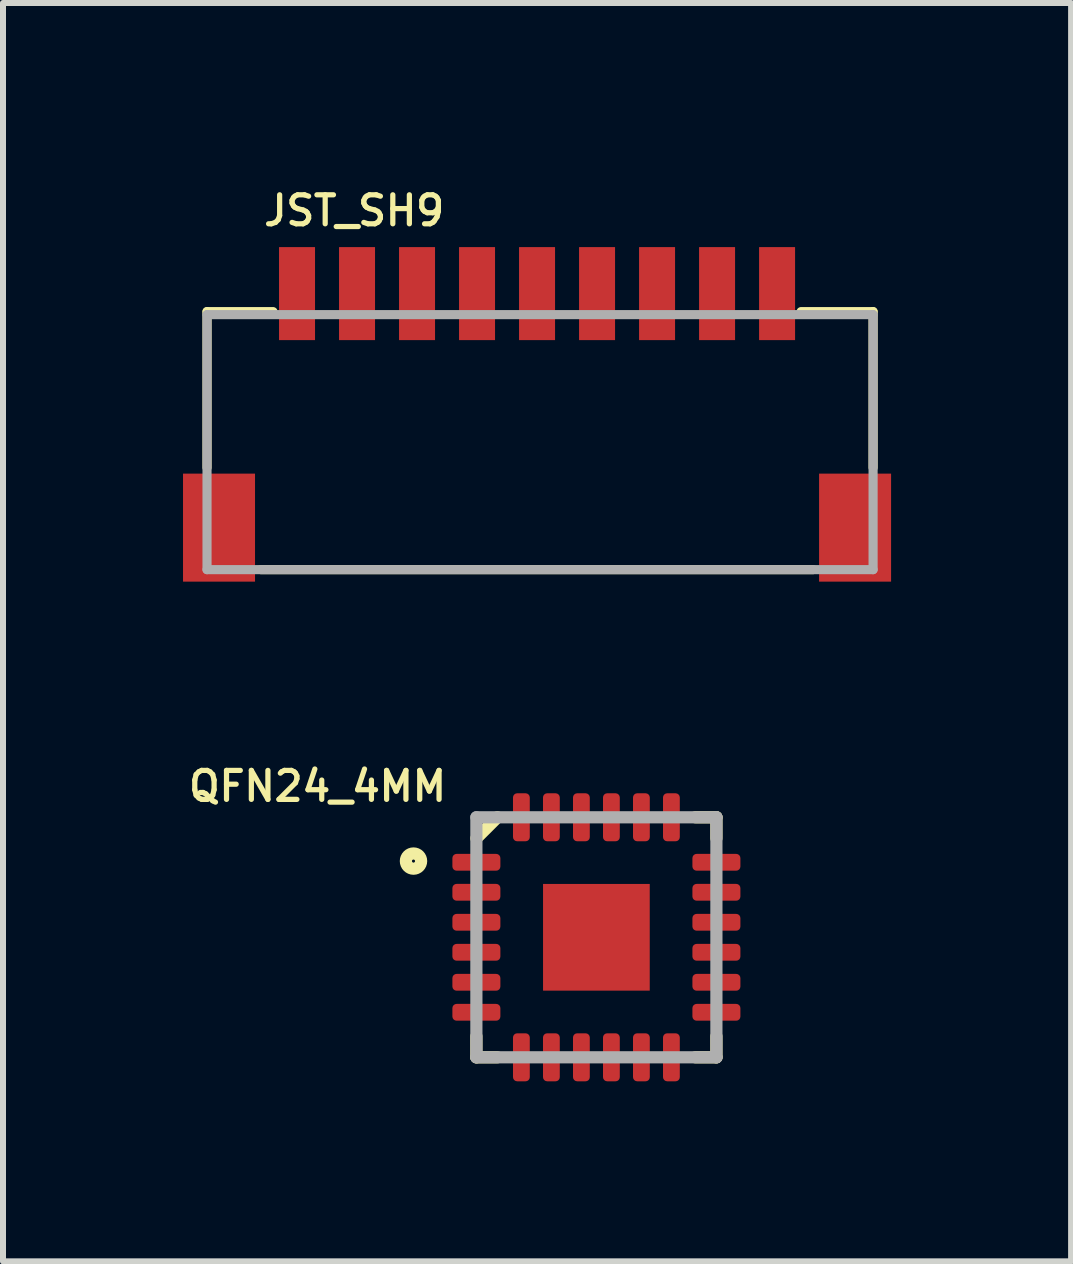
<source format=kicad_pcb>
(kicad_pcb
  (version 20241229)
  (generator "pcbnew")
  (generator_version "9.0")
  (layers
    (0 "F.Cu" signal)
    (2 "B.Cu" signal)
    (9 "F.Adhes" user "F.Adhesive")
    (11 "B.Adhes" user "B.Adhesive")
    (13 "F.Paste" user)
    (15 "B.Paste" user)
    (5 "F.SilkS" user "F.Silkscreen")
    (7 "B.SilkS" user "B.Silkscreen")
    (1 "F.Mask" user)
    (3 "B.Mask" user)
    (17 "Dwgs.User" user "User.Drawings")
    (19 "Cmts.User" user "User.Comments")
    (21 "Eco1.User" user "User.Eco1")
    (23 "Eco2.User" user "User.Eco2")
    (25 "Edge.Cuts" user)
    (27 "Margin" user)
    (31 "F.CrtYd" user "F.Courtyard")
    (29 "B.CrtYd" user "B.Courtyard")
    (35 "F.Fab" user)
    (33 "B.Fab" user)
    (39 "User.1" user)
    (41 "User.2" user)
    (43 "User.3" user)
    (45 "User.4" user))
  (footprint "QFN24_4MM"
    (layer "F.Cu")
    (at 6.889 12.57)
    (property "Reference" "QFN24_4MM" (at -2.45 -2.8 0) (layer "F.SilkS") (effects (font (size 0.483 0.483) (thickness 0.087)) (justify right top)))
    (attr through_hole)
    (fp_line (start -2 2) (end -2 1.65) (stroke (width 0.203) (type solid)) (layer "F.SilkS"))
    (fp_line (start -1.65 -2) (end -2 -1.65) (stroke (width 0.203) (type solid)) (layer "F.SilkS"))
    (fp_line (start -1.65 2) (end -2 2) (stroke (width 0.203) (type solid)) (layer "F.SilkS"))
    (fp_line (start 1.65 2) (end 2 2) (stroke (width 0.203) (type solid)) (layer "F.SilkS"))
    (fp_line (start 2 -2) (end 1.65 -2) (stroke (width 0.203) (type solid)) (layer "F.SilkS"))
    (fp_line (start 2 -1.65) (end 2 -2) (stroke (width 0.203) (type solid)) (layer "F.SilkS"))
    (fp_line (start 2 1.65) (end 2 2) (stroke (width 0.203) (type solid)) (layer "F.SilkS"))
    (fp_circle (center -3.048 -1.27) (end -2.921 -1.27) (stroke (width 0.203) (type solid)) (fill no) (layer "F.SilkS"))
    (fp_poly (pts (xy -0.75 -0.1) (xy -0.1 -0.1) (xy -0.1 -0.75) (xy -0.75 -0.75)) (stroke (width 0) (type solid)) (fill yes) (layer "F.Paste"))
    (fp_poly (pts (xy -0.75 0.75) (xy -0.1 0.75) (xy -0.1 0.1) (xy -0.75 0.1)) (stroke (width 0) (type solid)) (fill yes) (layer "F.Paste"))
    (fp_poly (pts (xy 0.1 -0.1) (xy 0.75 -0.1) (xy 0.75 -0.75) (xy 0.1 -0.75)) (stroke (width 0) (type solid)) (fill yes) (layer "F.Paste"))
    (fp_poly (pts (xy 0.1 0.75) (xy 0.75 0.75) (xy 0.75 0.1) (xy 0.1 0.1)) (stroke (width 0) (type solid)) (fill yes) (layer "F.Paste"))
    (fp_line (start -2 -2) (end -2 2) (stroke (width 0.203) (type solid)) (layer "F.Fab"))
    (fp_line (start -2 2) (end 2 2) (stroke (width 0.203) (type solid)) (layer "F.Fab"))
    (fp_line (start 2 -2) (end -2 -2) (stroke (width 0.203) (type solid)) (layer "F.Fab"))
    (fp_line (start 2 2) (end 2 -2) (stroke (width 0.203) (type solid)) (layer "F.Fab"))
    (pad "1" smd roundrect (at -2 -1.25 180) (size 0.8 0.28) (layers "F.Cu" "F.Mask" "F.Paste") (roundrect_rratio 0.25))
    (pad "2" smd roundrect (at -2 -0.75 180) (size 0.8 0.28) (layers "F.Cu" "F.Mask" "F.Paste") (roundrect_rratio 0.25))
    (pad "3" smd roundrect (at -2 -0.25 180) (size 0.8 0.28) (layers "F.Cu" "F.Mask" "F.Paste") (roundrect_rratio 0.25))
    (pad "4" smd roundrect (at -2 0.25 180) (size 0.8 0.28) (layers "F.Cu" "F.Mask" "F.Paste") (roundrect_rratio 0.25))
    (pad "5" smd roundrect (at -2 0.75 180) (size 0.8 0.28) (layers "F.Cu" "F.Mask" "F.Paste") (roundrect_rratio 0.25))
    (pad "6" smd roundrect (at -2 1.25 180) (size 0.8 0.28) (layers "F.Cu" "F.Mask" "F.Paste") (roundrect_rratio 0.25))
    (pad "7" smd roundrect (at -1.25 2 90) (size 0.8 0.28) (layers "F.Cu" "F.Mask" "F.Paste") (roundrect_rratio 0.25))
    (pad "8" smd roundrect (at -0.75 2 90) (size 0.8 0.28) (layers "F.Cu" "F.Mask" "F.Paste") (roundrect_rratio 0.25))
    (pad "9" smd roundrect (at -0.25 2 90) (size 0.8 0.28) (layers "F.Cu" "F.Mask" "F.Paste") (roundrect_rratio 0.25))
    (pad "10" smd roundrect (at 0.25 2 90) (size 0.8 0.28) (layers "F.Cu" "F.Mask" "F.Paste") (roundrect_rratio 0.25))
    (pad "11" smd roundrect (at 0.75 2 90) (size 0.8 0.28) (layers "F.Cu" "F.Mask" "F.Paste") (roundrect_rratio 0.25))
    (pad "12" smd roundrect (at 1.25 2 90) (size 0.8 0.28) (layers "F.Cu" "F.Mask" "F.Paste") (roundrect_rratio 0.25))
    (pad "13" smd roundrect (at 2 1.25) (size 0.8 0.28) (layers "F.Cu" "F.Mask" "F.Paste") (roundrect_rratio 0.25))
    (pad "14" smd roundrect (at 2 0.75) (size 0.8 0.28) (layers "F.Cu" "F.Mask" "F.Paste") (roundrect_rratio 0.25))
    (pad "15" smd roundrect (at 2 0.25) (size 0.8 0.28) (layers "F.Cu" "F.Mask" "F.Paste") (roundrect_rratio 0.25))
    (pad "16" smd roundrect (at 2 -0.25) (size 0.8 0.28) (layers "F.Cu" "F.Mask" "F.Paste") (roundrect_rratio 0.25))
    (pad "17" smd roundrect (at 2 -0.75) (size 0.8 0.28) (layers "F.Cu" "F.Mask" "F.Paste") (roundrect_rratio 0.25))
    (pad "18" smd roundrect (at 2 -1.25) (size 0.8 0.28) (layers "F.Cu" "F.Mask" "F.Paste") (roundrect_rratio 0.25))
    (pad "19" smd roundrect (at 1.25 -2 270) (size 0.8 0.28) (layers "F.Cu" "F.Mask" "F.Paste") (roundrect_rratio 0.25))
    (pad "20" smd roundrect (at 0.75 -2 270) (size 0.8 0.28) (layers "F.Cu" "F.Mask" "F.Paste") (roundrect_rratio 0.25))
    (pad "21" smd roundrect (at 0.25 -2 270) (size 0.8 0.28) (layers "F.Cu" "F.Mask" "F.Paste") (roundrect_rratio 0.25))
    (pad "22" smd roundrect (at -0.25 -2 270) (size 0.8 0.28) (layers "F.Cu" "F.Mask" "F.Paste") (roundrect_rratio 0.25))
    (pad "23" smd roundrect (at -0.75 -2 270) (size 0.8 0.28) (layers "F.Cu" "F.Mask" "F.Paste") (roundrect_rratio 0.25))
    (pad "24" smd roundrect (at -1.25 -2 270) (size 0.8 0.28) (layers "F.Cu" "F.Mask" "F.Paste") (roundrect_rratio 0.25))
    (pad "THERM" smd rect (at 0 0) (size 1.778 1.778) (layers "F.Cu" "F.Mask")))
  (footprint "JST_SH9"
    (layer "F.Cu")
    (at 5.9 4.357)
    (property "Reference" "JST_SH9" (at -4.6 -3.614 0) (layer "F.SilkS") (effects (font (size 0.483 0.483) (thickness 0.087)) (justify left bottom)))
    (attr through_hole)
    (fp_line (start -5.5 -2.214) (end -4.4 -2.214) (stroke (width 0.152) (type solid)) (layer "F.SilkS"))
    (fp_line (start -5.5 0.386) (end -5.5 -2.214) (stroke (width 0.152) (type solid)) (layer "F.SilkS"))
    (fp_line (start -4.6 2.086) (end 4.6 2.086) (stroke (width 0.152) (type solid)) (layer "F.SilkS"))
    (fp_line (start 4.4 -2.214) (end 5.6 -2.214) (stroke (width 0.152) (type solid)) (layer "F.SilkS"))
    (fp_line (start 5.6 -2.214) (end 5.6 0.386) (stroke (width 0.152) (type solid)) (layer "F.SilkS"))
    (fp_line (start -5.5 -2.164) (end 5.6 -2.164) (stroke (width 0.152) (type solid)) (layer "F.Fab"))
    (fp_line (start -5.5 2.086) (end -5.5 -2.164) (stroke (width 0.152) (type solid)) (layer "F.Fab"))
    (fp_line (start 5.6 -2.164) (end 5.6 2.086) (stroke (width 0.152) (type solid)) (layer "F.Fab"))
    (fp_line (start 5.6 2.086) (end -5.5 2.086) (stroke (width 0.152) (type solid)) (layer "F.Fab"))
    (pad "1" smd rect (at -4 -2.514 90) (size 1.55 0.6) (layers "F.Cu" "F.Mask" "F.Paste"))
    (pad "2" smd rect (at -3 -2.514 90) (size 1.55 0.6) (layers "F.Cu" "F.Mask" "F.Paste"))
    (pad "3" smd rect (at -2 -2.514 90) (size 1.55 0.6) (layers "F.Cu" "F.Mask" "F.Paste"))
    (pad "4" smd rect (at -1 -2.514 90) (size 1.55 0.6) (layers "F.Cu" "F.Mask" "F.Paste"))
    (pad "5" smd rect (at 0 -2.514 90) (size 1.55 0.6) (layers "F.Cu" "F.Mask" "F.Paste"))
    (pad "6" smd rect (at 1 -2.514 90) (size 1.55 0.6) (layers "F.Cu" "F.Mask" "F.Paste"))
    (pad "7" smd rect (at 2 -2.514 90) (size 1.55 0.6) (layers "F.Cu" "F.Mask" "F.Paste"))
    (pad "8" smd rect (at 3 -2.514 90) (size 1.55 0.6) (layers "F.Cu" "F.Mask" "F.Paste"))
    (pad "9" smd rect (at 4 -2.514 90) (size 1.55 0.6) (layers "F.Cu" "F.Mask" "F.Paste"))
    (pad "MT1" smd rect (at -5.3 1.386 90) (size 1.8 1.2) (layers "F.Cu" "F.Mask" "F.Paste"))
    (pad "MT2" smd rect (at 5.3 1.386 90) (size 1.8 1.2) (layers "F.Cu" "F.Mask" "F.Paste")))
  (gr_rect
    (start -3 -3)
    (end 14.8 17.97)
    (stroke (width 0.1) (type default))
    (fill no)
    (layer "Edge.Cuts")))
</source>
